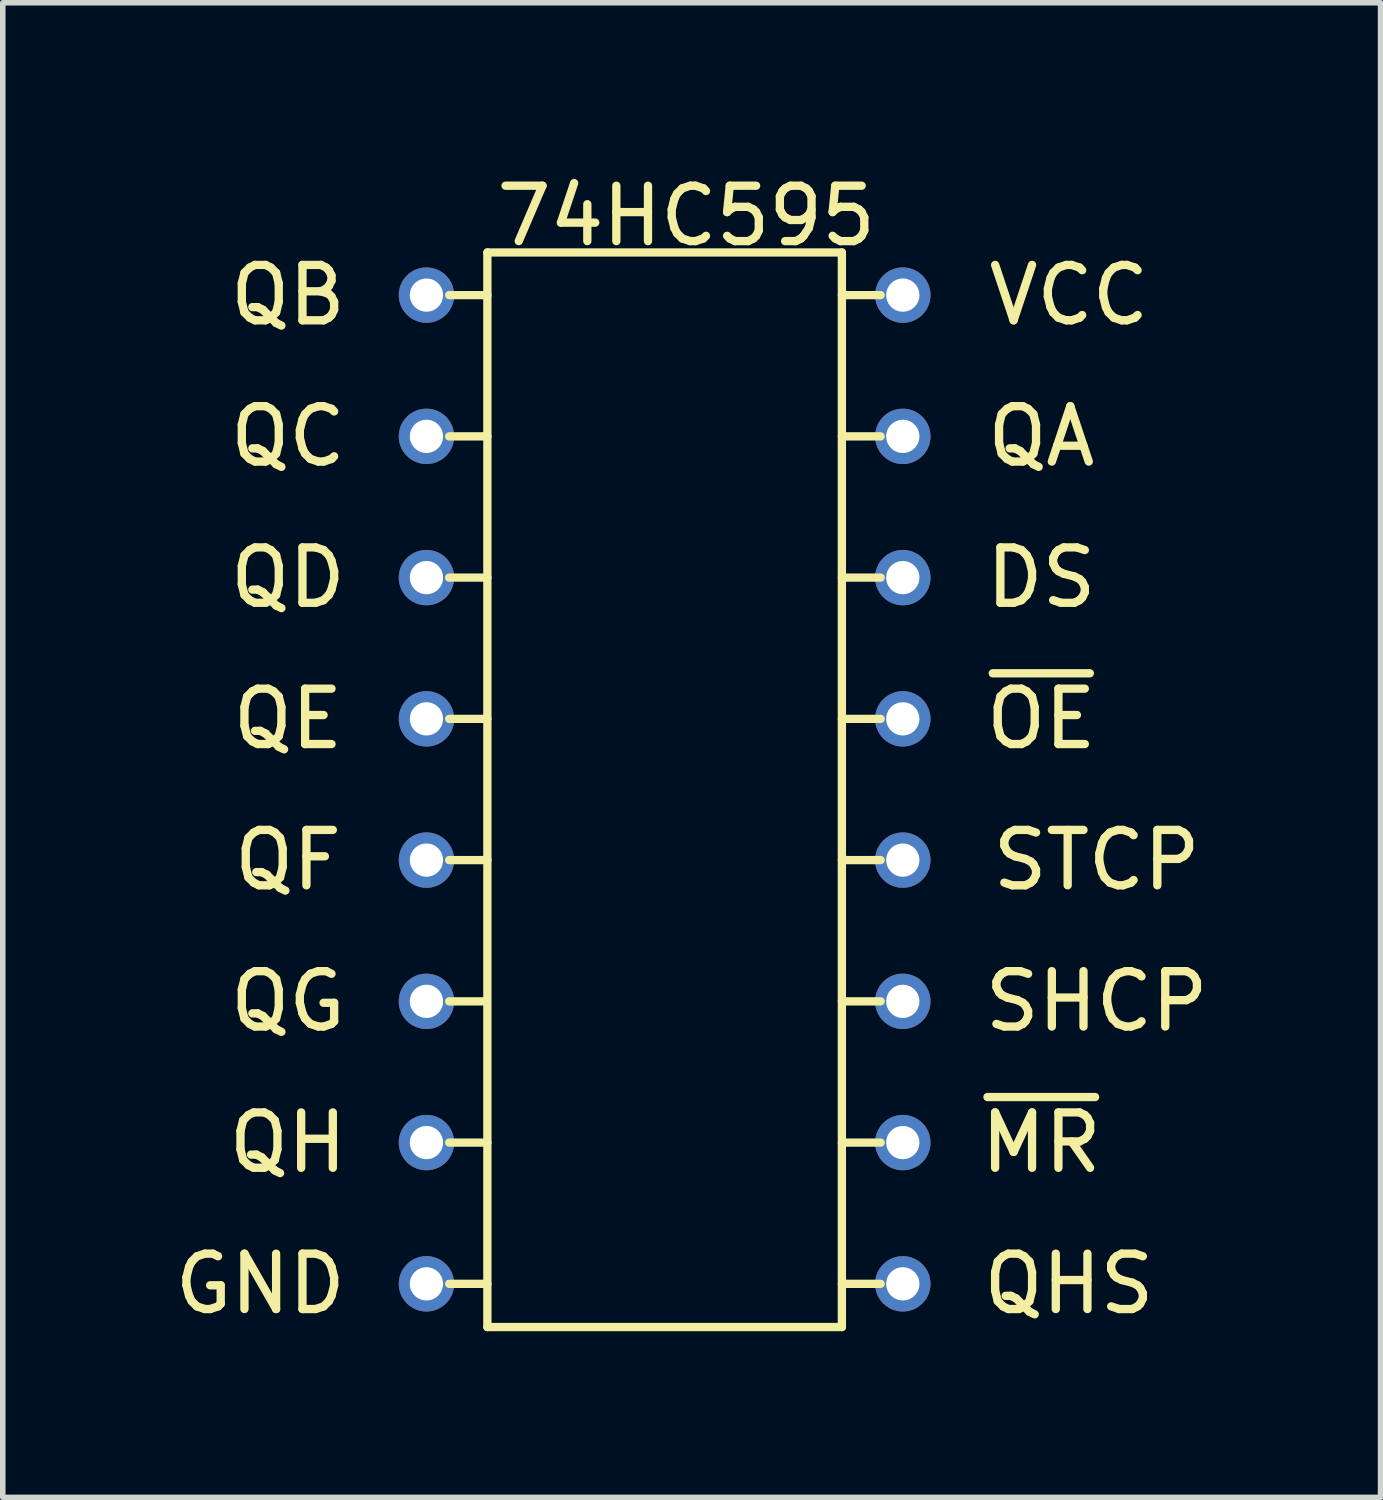
<source format=kicad_pcb>
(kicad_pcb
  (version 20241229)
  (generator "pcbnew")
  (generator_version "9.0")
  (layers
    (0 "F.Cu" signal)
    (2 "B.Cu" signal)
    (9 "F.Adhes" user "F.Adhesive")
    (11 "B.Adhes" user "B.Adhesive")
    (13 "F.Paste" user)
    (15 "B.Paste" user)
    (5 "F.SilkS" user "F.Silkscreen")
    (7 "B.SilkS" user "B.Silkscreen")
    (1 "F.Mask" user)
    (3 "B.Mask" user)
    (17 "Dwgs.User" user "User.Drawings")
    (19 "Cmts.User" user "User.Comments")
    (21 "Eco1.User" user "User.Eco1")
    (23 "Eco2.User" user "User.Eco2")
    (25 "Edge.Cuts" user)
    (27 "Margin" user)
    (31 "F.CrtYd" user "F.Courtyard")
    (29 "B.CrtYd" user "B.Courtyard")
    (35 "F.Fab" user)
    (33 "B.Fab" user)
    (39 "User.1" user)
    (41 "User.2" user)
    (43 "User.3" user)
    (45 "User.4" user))
  (footprint "74HC595"
    (layer "F.Cu")
    (at 4.649 1.508)
    (property "Reference" "74HC595" (at 4.69 -0.66 0) (layer "F.SilkS") (effects (font (size 1 1) (thickness 0.15))))
    (attr through_hole)
    (fp_line (start 0.41 0.77) (end 1.1 0.77) (stroke (width 0.15) (type solid)) (layer "F.SilkS"))
    (fp_line (start 0.41 3.32) (end 1.1 3.32) (stroke (width 0.15) (type solid)) (layer "F.SilkS"))
    (fp_line (start 0.41 5.87) (end 1.1 5.87) (stroke (width 0.15) (type solid)) (layer "F.SilkS"))
    (fp_line (start 0.41 8.42) (end 1.1 8.42) (stroke (width 0.15) (type solid)) (layer "F.SilkS"))
    (fp_line (start 0.41 10.97) (end 1.1 10.97) (stroke (width 0.15) (type solid)) (layer "F.SilkS"))
    (fp_line (start 0.41 13.52) (end 1.09 13.52) (stroke (width 0.15) (type solid)) (layer "F.SilkS"))
    (fp_line (start 0.41 16.07) (end 1.1 16.07) (stroke (width 0.15) (type solid)) (layer "F.SilkS"))
    (fp_line (start 0.41 18.62) (end 1.1 18.62) (stroke (width 0.15) (type solid)) (layer "F.SilkS"))
    (fp_line (start 1.1 0) (end 7.5 0) (stroke (width 0.15) (type solid)) (layer "F.SilkS"))
    (fp_line (start 1.1 19.4) (end 1.1 0) (stroke (width 0.15) (type solid)) (layer "F.SilkS"))
    (fp_line (start 7.5 0) (end 7.5 19.4) (stroke (width 0.15) (type solid)) (layer "F.SilkS"))
    (fp_line (start 7.5 19.4) (end 1.1 19.4) (stroke (width 0.15) (type solid)) (layer "F.SilkS"))
    (fp_line (start 8.2 0.77) (end 7.5 0.77) (stroke (width 0.15) (type solid)) (layer "F.SilkS"))
    (fp_line (start 8.2 3.32) (end 7.5 3.32) (stroke (width 0.15) (type solid)) (layer "F.SilkS"))
    (fp_line (start 8.2 5.87) (end 7.5 5.87) (stroke (width 0.15) (type solid)) (layer "F.SilkS"))
    (fp_line (start 8.2 8.42) (end 7.5 8.42) (stroke (width 0.15) (type solid)) (layer "F.SilkS"))
    (fp_line (start 8.2 10.97) (end 7.5 10.97) (stroke (width 0.15) (type solid)) (layer "F.SilkS"))
    (fp_line (start 8.2 13.52) (end 7.5 13.52) (stroke (width 0.15) (type solid)) (layer "F.SilkS"))
    (fp_line (start 8.2 16.07) (end 7.5 16.07) (stroke (width 0.15) (type solid)) (layer "F.SilkS"))
    (fp_line (start 8.2 18.62) (end 7.5 18.62) (stroke (width 0.15) (type solid)) (layer "F.SilkS"))
    (fp_text user "QE" (at -2.5 8.42 0) (layer "F.SilkS") (effects (font (size 1 1) (thickness 0.15))))
    (fp_text user "VCC" (at 11.6 0.77 0) (layer "F.SilkS") (effects (font (size 1 1) (thickness 0.15))))
    (fp_text user "QD" (at -2.5 5.87 0) (layer "F.SilkS") (effects (font (size 1 1) (thickness 0.15))))
    (fp_text user "SHCP" (at 12.1 13.52 0) (layer "F.SilkS") (effects (font (size 1 1) (thickness 0.15))))
    (fp_text user "QB" (at -2.5 0.77 0) (layer "F.SilkS") (effects (font (size 1 1) (thickness 0.15))))
    (fp_text user "DS" (at 11.1 5.87 0) (layer "F.SilkS") (effects (font (size 1 1) (thickness 0.15))))
    (fp_text user "GND" (at -3 18.62 0) (layer "F.SilkS") (effects (font (size 1 1) (thickness 0.15))))
    (fp_text user "QA" (at 11.1 3.32 0) (layer "F.SilkS") (effects (font (size 1 1) (thickness 0.15))))
    (fp_text user "STCP" (at 12.1 10.97 0) (layer "F.SilkS") (effects (font (size 1 1) (thickness 0.15))))
    (fp_text user "~{MR}" (at 11.1 16.07 0) (layer "F.SilkS") (effects (font (size 1 1) (thickness 0.15))))
    (fp_text user "QG" (at -2.5 13.52 0) (layer "F.SilkS") (effects (font (size 1 1) (thickness 0.15))))
    (fp_text user "QC" (at -2.5 3.32 0) (layer "F.SilkS") (effects (font (size 1 1) (thickness 0.15))))
    (fp_text user "QF" (at -2.5 10.97 0) (layer "F.SilkS") (effects (font (size 1 1) (thickness 0.15))))
    (fp_text user "QH" (at -2.5 16.07 0) (layer "F.SilkS") (effects (font (size 1 1) (thickness 0.15))))
    (fp_text user "QHS" (at 11.6 18.62 0) (layer "F.SilkS") (effects (font (size 1 1) (thickness 0.15))))
    (fp_text user "~{OE}" (at 11.1 8.42 0) (layer "F.SilkS") (effects (font (size 1 1) (thickness 0.15))))
    (pad "1" thru_hole circle (at 0 0.77) (size 1 1) (drill 0.6) (layers "*.Cu" "*.Mask"))
    (pad "2" thru_hole circle (at 0 3.32) (size 1 1) (drill 0.6) (layers "*.Cu" "*.Mask"))
    (pad "3" thru_hole circle (at 0 5.87) (size 1 1) (drill 0.6) (layers "*.Cu" "*.Mask"))
    (pad "4" thru_hole circle (at 0 8.42) (size 1 1) (drill 0.6) (layers "*.Cu" "*.Mask"))
    (pad "5" thru_hole circle (at 0 10.97) (size 1 1) (drill 0.6) (layers "*.Cu" "*.Mask"))
    (pad "6" thru_hole circle (at 0 13.52) (size 1 1) (drill 0.6) (layers "*.Cu" "*.Mask"))
    (pad "7" thru_hole circle (at 0 16.07) (size 1 1) (drill 0.6) (layers "*.Cu" "*.Mask"))
    (pad "8" thru_hole circle (at 0 18.62) (size 1 1) (drill 0.6) (layers "*.Cu" "*.Mask"))
    (pad "9" thru_hole circle (at 8.6 18.62) (size 1 1) (drill 0.6) (layers "*.Cu" "*.Mask"))
    (pad "10" thru_hole circle (at 8.6 16.07) (size 1 1) (drill 0.6) (layers "*.Cu" "*.Mask"))
    (pad "11" thru_hole circle (at 8.6 13.52) (size 1 1) (drill 0.6) (layers "*.Cu" "*.Mask"))
    (pad "12" thru_hole circle (at 8.6 10.97) (size 1 1) (drill 0.6) (layers "*.Cu" "*.Mask"))
    (pad "13" thru_hole circle (at 8.6 8.42) (size 1 1) (drill 0.6) (layers "*.Cu" "*.Mask"))
    (pad "14" thru_hole circle (at 8.6 5.87) (size 1 1) (drill 0.6) (layers "*.Cu" "*.Mask"))
    (pad "15" thru_hole circle (at 8.6 3.32) (size 1 1) (drill 0.6) (layers "*.Cu" "*.Mask"))
    (pad "16" thru_hole circle (at 8.6 0.77) (size 1 1) (drill 0.6) (layers "*.Cu" "*.Mask")))
  (gr_rect
    (start -3 -3)
    (end 21.874 23.983)
    (stroke (width 0.1) (type default))
    (fill no)
    (layer "Edge.Cuts")))
</source>
